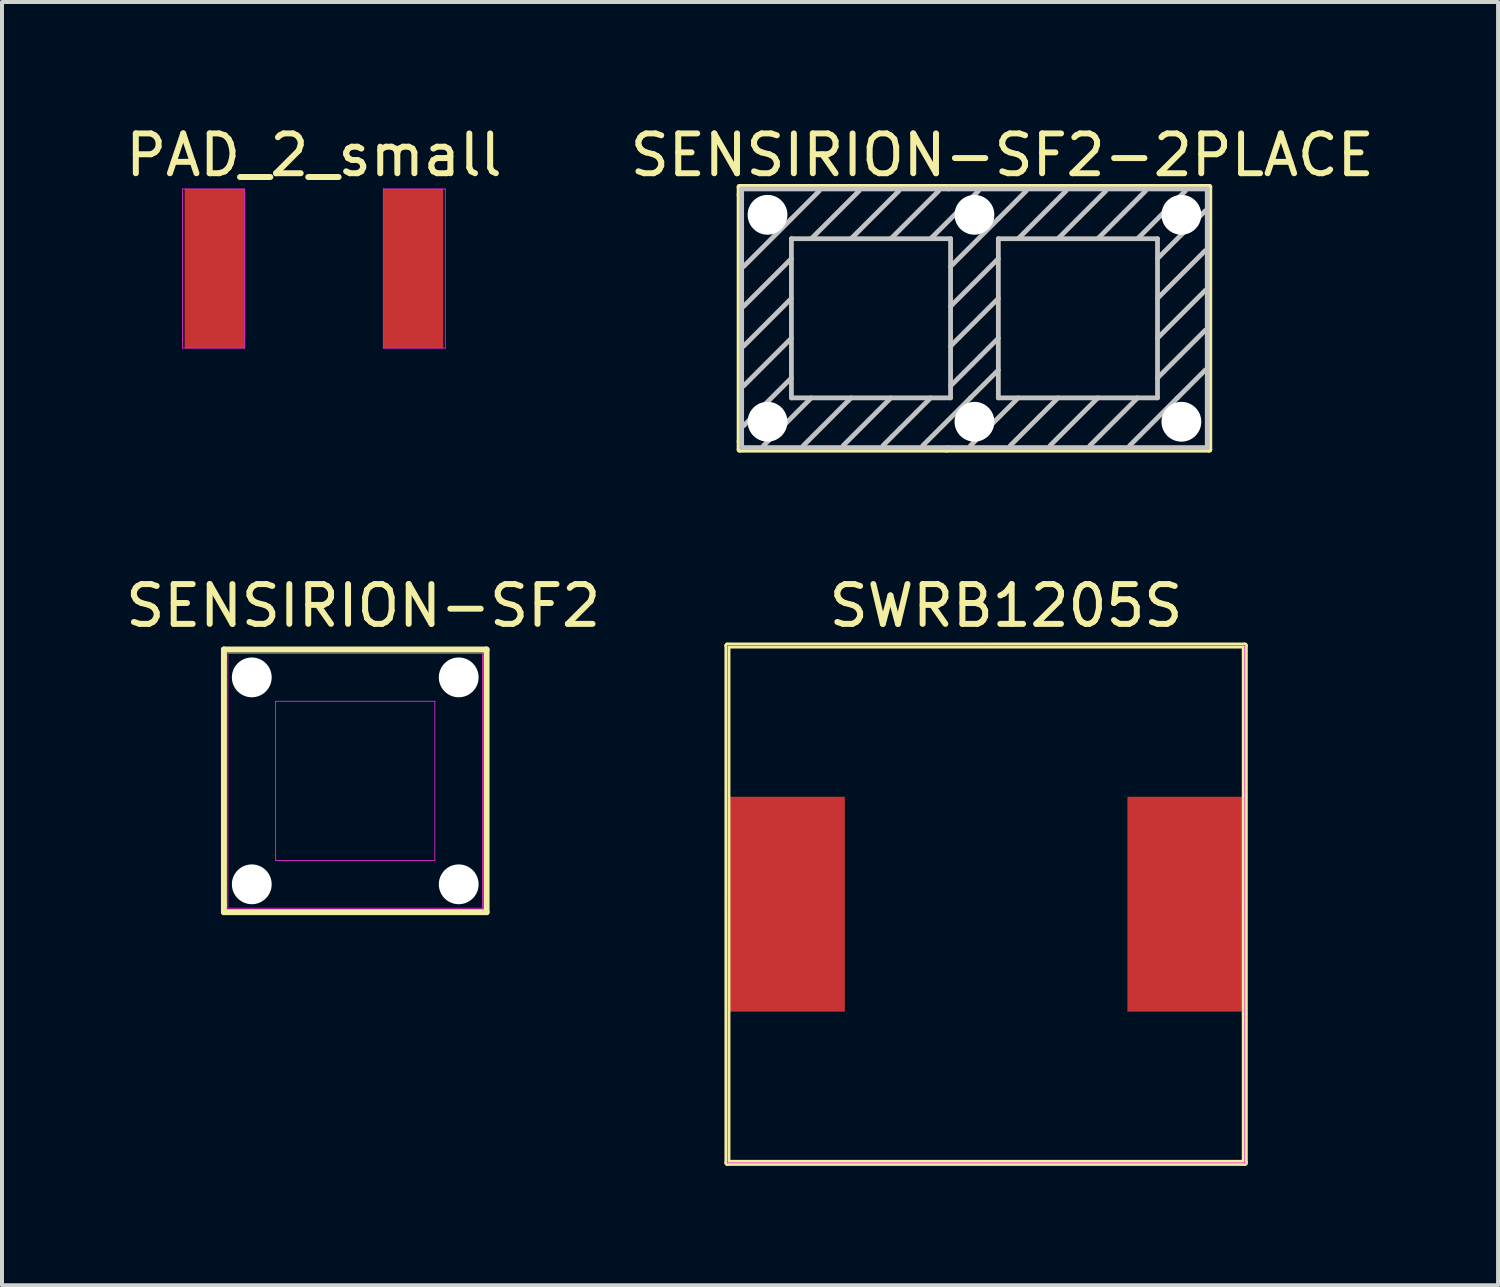
<source format=kicad_pcb>
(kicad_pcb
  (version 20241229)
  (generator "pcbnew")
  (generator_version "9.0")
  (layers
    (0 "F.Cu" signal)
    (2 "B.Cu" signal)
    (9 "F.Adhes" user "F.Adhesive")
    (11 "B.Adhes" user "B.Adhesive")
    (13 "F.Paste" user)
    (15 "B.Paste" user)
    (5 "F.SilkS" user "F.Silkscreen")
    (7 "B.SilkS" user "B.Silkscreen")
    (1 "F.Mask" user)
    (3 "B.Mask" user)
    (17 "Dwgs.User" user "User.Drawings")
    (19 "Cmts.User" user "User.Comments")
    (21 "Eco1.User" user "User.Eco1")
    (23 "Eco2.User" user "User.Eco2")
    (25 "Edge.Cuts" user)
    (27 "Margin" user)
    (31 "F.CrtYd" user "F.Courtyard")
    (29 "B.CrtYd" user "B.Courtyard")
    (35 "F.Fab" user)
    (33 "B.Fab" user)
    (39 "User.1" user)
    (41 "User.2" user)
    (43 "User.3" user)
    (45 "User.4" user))
  (footprint "SENSIRION-SF2"
    (layer "F.Cu")
    (at 5.877 16.572)
    (property "Reference" "SENSIRION-SF2" (at 0.2 -4.4 0) (layer "F.SilkS") (effects (font (size 1 1) (thickness 0.15))))
    (attr through_hole)
    (fp_line (start -3.3 -3.3) (end -3.3 -3.1) (stroke (width 0.15) (type solid)) (layer "F.SilkS"))
    (fp_line (start -3.3 -3.1) (end -3.3 3.1) (stroke (width 0.15) (type solid)) (layer "F.SilkS"))
    (fp_line (start -3.3 3.1) (end -3.3 3.3) (stroke (width 0.15) (type solid)) (layer "F.SilkS"))
    (fp_line (start -3.3 3.3) (end 3.3 3.3) (stroke (width 0.15) (type solid)) (layer "F.SilkS"))
    (fp_line (start 3.3 -3.3) (end -3.3 -3.3) (stroke (width 0.15) (type solid)) (layer "F.SilkS"))
    (fp_line (start 3.3 3.3) (end 3.3 -3.3) (stroke (width 0.15) (type solid)) (layer "F.SilkS"))
    (fp_line (start -3.2 -3.2) (end 3.2 -3.2) (stroke (width 0.02) (type solid)) (layer "F.CrtYd"))
    (fp_line (start -3.2 3.2) (end -3.2 -3.2) (stroke (width 0.02) (type solid)) (layer "F.CrtYd"))
    (fp_line (start -2 -2) (end -2 2) (stroke (width 0.02) (type solid)) (layer "F.CrtYd"))
    (fp_line (start -2 -2) (end 2 -2) (stroke (width 0.02) (type solid)) (layer "F.CrtYd"))
    (fp_line (start -2 2) (end 2 2) (stroke (width 0.02) (type solid)) (layer "F.CrtYd"))
    (fp_line (start 2 -2) (end 2 2) (stroke (width 0.02) (type solid)) (layer "F.CrtYd"))
    (fp_line (start 3.2 -3.2) (end 3.2 3.2) (stroke (width 0.02) (type solid)) (layer "F.CrtYd"))
    (fp_line (start 3.2 3.2) (end -3.2 3.2) (stroke (width 0.02) (type solid)) (layer "F.CrtYd"))
    (pad "" np_thru_hole circle (at -2.6 -2.6) (size 1 1) (drill 1) (layers "*.Cu" "*.Mask"))
    (pad "" np_thru_hole circle (at -2.6 2.6) (size 1 1) (drill 1) (layers "*.Cu" "*.Mask"))
    (pad "" np_thru_hole circle (at 2.6 -2.6) (size 1 1) (drill 1) (layers "*.Cu" "*.Mask"))
    (pad "" np_thru_hole circle (at 2.6 2.6) (size 1 1) (drill 1) (layers "*.Cu" "*.Mask")))
  (footprint "PAD_2_small"
    (layer "F.Cu")
    (at 4.839 3.698)
    (property "Reference" "PAD_2_small" (at 0 -2.85 0) (layer "F.SilkS") (effects (font (size 1 1) (thickness 0.15))))
    (attr smd)
    (fp_line (start -3.3 -2) (end -1.743 -2) (stroke (width 0.02) (type solid)) (layer "F.CrtYd"))
    (fp_line (start -3.3 2) (end -3.3 -2) (stroke (width 0.02) (type solid)) (layer "F.CrtYd"))
    (fp_line (start -1.743 -2) (end -1.743 2) (stroke (width 0.02) (type solid)) (layer "F.CrtYd"))
    (fp_line (start -1.743 2) (end -3.3 2) (stroke (width 0.02) (type solid)) (layer "F.CrtYd"))
    (fp_line (start 1.743 -2) (end 3.3 -2) (stroke (width 0.02) (type solid)) (layer "F.CrtYd"))
    (fp_line (start 1.743 2) (end 1.743 -2) (stroke (width 0.02) (type solid)) (layer "F.CrtYd"))
    (fp_line (start 3.3 -2) (end 3.3 2) (stroke (width 0.02) (type solid)) (layer "F.CrtYd"))
    (fp_line (start 3.3 2) (end 1.743 2) (stroke (width 0.02) (type solid)) (layer "F.CrtYd"))
    (pad "1" smd rect (at -2.5 0 90) (size 4 1.5) (layers "F.Cu" "F.Mask" "F.Paste"))
    (pad "2" smd rect (at 2.5 0 90) (size 4 1.5) (layers "F.Cu" "F.Mask" "F.Paste")))
  (footprint "SENSIRION-SF2-2PLACE"
    (layer "F.Cu")
    (at 21.437 4.948)
    (property "Reference" "SENSIRION-SF2-2PLACE" (at 0.7 -4.1 0) (layer "F.SilkS") (effects (font (size 1 1) (thickness 0.15))))
    (attr through_hole)
    (fp_line (start -5.9 -3.3) (end -5.9 -3.1) (stroke (width 0.15) (type solid)) (layer "F.SilkS"))
    (fp_line (start -5.9 -3.1) (end -5.9 3.1) (stroke (width 0.15) (type solid)) (layer "F.SilkS"))
    (fp_line (start -5.9 3.1) (end -5.9 3.3) (stroke (width 0.15) (type solid)) (layer "F.SilkS"))
    (fp_line (start -5.9 3.3) (end -0.7 3.3) (stroke (width 0.15) (type solid)) (layer "F.SilkS"))
    (fp_line (start -0.7 -3.3) (end -5.9 -3.3) (stroke (width 0.15) (type solid)) (layer "F.SilkS"))
    (fp_line (start -0.7 3.3) (end 5.9 3.3) (stroke (width 0.15) (type solid)) (layer "F.SilkS"))
    (fp_line (start 5.9 -3.3) (end -0.7 -3.3) (stroke (width 0.15) (type solid)) (layer "F.SilkS"))
    (fp_line (start 5.9 3.3) (end 5.9 -3.3) (stroke (width 0.15) (type solid)) (layer "F.SilkS"))
    (fp_line (start -5.85 -3.25) (end -0.65 -3.25) (stroke (width 0.12) (type solid)) (layer "Dwgs.User"))
    (fp_line (start -5.85 3.25) (end -5.85 -3.25) (stroke (width 0.12) (type solid)) (layer "Dwgs.User"))
    (fp_line (start -5.8 -1.3) (end -4.6 -2.5) (stroke (width 0.12) (type solid)) (layer "Dwgs.User"))
    (fp_line (start -5.8 -0.3) (end -4.6 -1.5) (stroke (width 0.12) (type solid)) (layer "Dwgs.User"))
    (fp_line (start -5.8 0.7) (end -4.6 -0.5) (stroke (width 0.12) (type solid)) (layer "Dwgs.User"))
    (fp_line (start -5.8 1.7) (end -4.6 0.5) (stroke (width 0.12) (type solid)) (layer "Dwgs.User"))
    (fp_line (start -5.8 2.7) (end -4.6 1.5) (stroke (width 0.12) (type solid)) (layer "Dwgs.User"))
    (fp_line (start -5.3 3.2) (end -4.1 2) (stroke (width 0.12) (type solid)) (layer "Dwgs.User"))
    (fp_line (start -4.6 -2.5) (end -3.9 -3.2) (stroke (width 0.12) (type solid)) (layer "Dwgs.User"))
    (fp_line (start -4.6 -2) (end -0.6 -2) (stroke (width 0.12) (type solid)) (layer "Dwgs.User"))
    (fp_line (start -4.6 2) (end -4.6 -2) (stroke (width 0.12) (type solid)) (layer "Dwgs.User"))
    (fp_line (start -4.3 3.2) (end -3.1 2) (stroke (width 0.12) (type solid)) (layer "Dwgs.User"))
    (fp_line (start -4.1 -2) (end -2.9 -3.2) (stroke (width 0.12) (type solid)) (layer "Dwgs.User"))
    (fp_line (start -3.3 3.2) (end -2.1 2) (stroke (width 0.12) (type solid)) (layer "Dwgs.User"))
    (fp_line (start -3.1 -2) (end -1.9 -3.2) (stroke (width 0.12) (type solid)) (layer "Dwgs.User"))
    (fp_line (start -2.3 3.2) (end -1.1 2) (stroke (width 0.12) (type solid)) (layer "Dwgs.User"))
    (fp_line (start -2.1 -2) (end -0.9 -3.2) (stroke (width 0.12) (type solid)) (layer "Dwgs.User"))
    (fp_line (start -1.3 3.2) (end -0.1 2) (stroke (width 0.12) (type solid)) (layer "Dwgs.User"))
    (fp_line (start -1.1 -2) (end 0.1 -3.2) (stroke (width 0.12) (type solid)) (layer "Dwgs.User"))
    (fp_line (start -0.65 -3.25) (end 5.85 -3.25) (stroke (width 0.12) (type solid)) (layer "Dwgs.User"))
    (fp_line (start -0.65 3.25) (end -5.85 3.25) (stroke (width 0.12) (type solid)) (layer "Dwgs.User"))
    (fp_line (start -0.6 -2) (end -0.6 2) (stroke (width 0.12) (type solid)) (layer "Dwgs.User"))
    (fp_line (start -0.6 -1.3) (end 0.6 -2.5) (stroke (width 0.12) (type solid)) (layer "Dwgs.User"))
    (fp_line (start -0.6 -0.3) (end 0.6 -1.5) (stroke (width 0.12) (type solid)) (layer "Dwgs.User"))
    (fp_line (start -0.6 0.7) (end 0.6 -0.5) (stroke (width 0.12) (type solid)) (layer "Dwgs.User"))
    (fp_line (start -0.6 1.7) (end 0.6 0.5) (stroke (width 0.12) (type solid)) (layer "Dwgs.User"))
    (fp_line (start -0.6 2) (end -4.6 2) (stroke (width 0.12) (type solid)) (layer "Dwgs.User"))
    (fp_line (start -0.1 2) (end 0.6 1.3) (stroke (width 0.12) (type solid)) (layer "Dwgs.User"))
    (fp_line (start -0.1 3.2) (end 1.1 2) (stroke (width 0.12) (type solid)) (layer "Dwgs.User"))
    (fp_line (start 0.6 -2.5) (end 1.3 -3.2) (stroke (width 0.12) (type solid)) (layer "Dwgs.User"))
    (fp_line (start 0.6 -2) (end 4.6 -2) (stroke (width 0.12) (type solid)) (layer "Dwgs.User"))
    (fp_line (start 0.6 2) (end 0.6 -2) (stroke (width 0.12) (type solid)) (layer "Dwgs.User"))
    (fp_line (start 0.9 3.2) (end 2.1 2) (stroke (width 0.12) (type solid)) (layer "Dwgs.User"))
    (fp_line (start 1.1 -2) (end 2.3 -3.2) (stroke (width 0.12) (type solid)) (layer "Dwgs.User"))
    (fp_line (start 1.9 3.2) (end 3.1 2) (stroke (width 0.12) (type solid)) (layer "Dwgs.User"))
    (fp_line (start 2.1 -2) (end 3.3 -3.2) (stroke (width 0.12) (type solid)) (layer "Dwgs.User"))
    (fp_line (start 2.9 3.2) (end 4.1 2) (stroke (width 0.12) (type solid)) (layer "Dwgs.User"))
    (fp_line (start 3.1 -2) (end 4.3 -3.2) (stroke (width 0.12) (type solid)) (layer "Dwgs.User"))
    (fp_line (start 3.9 3.2) (end 5.1 2) (stroke (width 0.12) (type solid)) (layer "Dwgs.User"))
    (fp_line (start 4.1 -2) (end 5.3 -3.2) (stroke (width 0.12) (type solid)) (layer "Dwgs.User"))
    (fp_line (start 4.6 -2) (end 4.6 2) (stroke (width 0.12) (type solid)) (layer "Dwgs.User"))
    (fp_line (start 4.6 -1.5) (end 5.8 -2.7) (stroke (width 0.12) (type solid)) (layer "Dwgs.User"))
    (fp_line (start 4.6 -0.5) (end 5.8 -1.7) (stroke (width 0.12) (type solid)) (layer "Dwgs.User"))
    (fp_line (start 4.6 0.5) (end 5.8 -0.7) (stroke (width 0.12) (type solid)) (layer "Dwgs.User"))
    (fp_line (start 4.6 1.5) (end 5.8 0.3) (stroke (width 0.12) (type solid)) (layer "Dwgs.User"))
    (fp_line (start 4.6 2) (end 0.6 2) (stroke (width 0.12) (type solid)) (layer "Dwgs.User"))
    (fp_line (start 5.1 2) (end 5.8 1.3) (stroke (width 0.12) (type solid)) (layer "Dwgs.User"))
    (fp_line (start 5.85 -3.25) (end 5.85 3.25) (stroke (width 0.12) (type solid)) (layer "Dwgs.User"))
    (fp_line (start 5.85 3.25) (end -0.65 3.25) (stroke (width 0.12) (type solid)) (layer "Dwgs.User"))
    (pad "" np_thru_hole circle (at -5.2 -2.6) (size 1 1) (drill 1) (layers "*.Cu" "*.Mask"))
    (pad "" np_thru_hole circle (at -5.2 2.6) (size 1 1) (drill 1) (layers "*.Cu" "*.Mask"))
    (pad "" np_thru_hole circle (at 0 -2.6) (size 1 1) (drill 1) (layers "*.Cu" "*.Mask"))
    (pad "" np_thru_hole circle (at 0 2.6) (size 1 1) (drill 1) (layers "*.Cu" "*.Mask"))
    (pad "" np_thru_hole circle (at 5.2 -2.6) (size 1 1) (drill 1) (layers "*.Cu" "*.Mask"))
    (pad "" np_thru_hole circle (at 5.2 2.6) (size 1 1) (drill 1) (layers "*.Cu" "*.Mask")))
  (footprint "SWRB1205S"
    (layer "F.Cu")
    (at 21.73 19.672)
    (property "Reference" "SWRB1205S" (at 0.5 -7.5 0) (layer "F.SilkS") (effects (font (size 1 1) (thickness 0.15))))
    (attr smd)
    (fp_line (start -6.5 -6.5) (end 6.5 -6.5) (stroke (width 0.15) (type solid)) (layer "F.SilkS"))
    (fp_line (start -6.5 6.5) (end -6.5 -6.5) (stroke (width 0.15) (type solid)) (layer "F.SilkS"))
    (fp_line (start 6.5 -6.5) (end 6.5 6.5) (stroke (width 0.15) (type solid)) (layer "F.SilkS"))
    (fp_line (start 6.5 6.5) (end -6.5 6.5) (stroke (width 0.15) (type solid)) (layer "F.SilkS"))
    (fp_line (start -6.5 -6.5) (end 0 -6.5) (stroke (width 0.02) (type solid)) (layer "F.CrtYd"))
    (fp_line (start -6.5 0) (end -6.5 -6.5) (stroke (width 0.02) (type solid)) (layer "F.CrtYd"))
    (fp_line (start -6.5 6.5) (end -6.5 0) (stroke (width 0.02) (type solid)) (layer "F.CrtYd"))
    (fp_line (start 0 -6.5) (end 6.5 -6.5) (stroke (width 0.02) (type solid)) (layer "F.CrtYd"))
    (fp_line (start 0 6.5) (end -6.5 6.5) (stroke (width 0.02) (type solid)) (layer "F.CrtYd"))
    (fp_line (start 6.5 -6.5) (end 6.5 0) (stroke (width 0.02) (type solid)) (layer "F.CrtYd"))
    (fp_line (start 6.5 0) (end 6.5 6.5) (stroke (width 0.02) (type solid)) (layer "F.CrtYd"))
    (fp_line (start 6.5 6.5) (end 0 6.5) (stroke (width 0.02) (type solid)) (layer "F.CrtYd"))
    (pad "1" smd rect (at -5 0) (size 2.9 5.4) (layers "F.Cu" "F.Mask" "F.Paste"))
    (pad "2" smd rect (at 5 0) (size 2.9 5.4) (layers "F.Cu" "F.Mask" "F.Paste")))
  (gr_rect
    (start -3 -3)
    (end 34.595 29.247)
    (stroke (width 0.1) (type default))
    (fill no)
    (layer "Edge.Cuts")))
</source>
